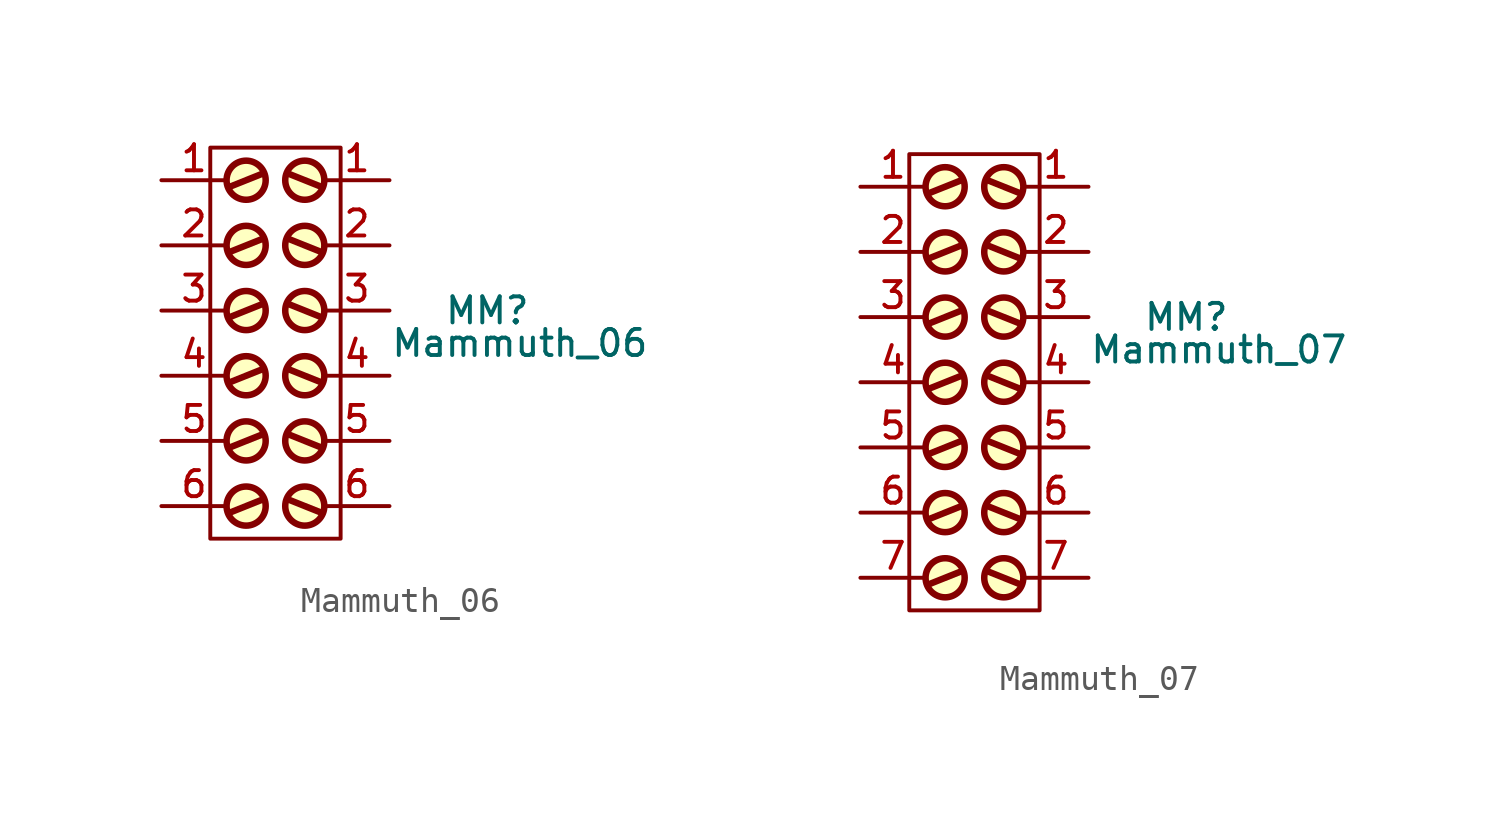
<source format=kicad_sym>
(kicad_symbol_lib
  (version 20211014)
  (generator kicad_symbol_editor)
  (symbol "Mammuth_06"
    (pin_names
      (offset 0.762) hide)
    (property "Reference" "MM"
      (at 8.89 6.35 0)
      (effects (font (size 1.016 1.016))))
    (property "Value" "Mammuth_06"
      (at 10.16 5.08 0)
      (effects (font (size 1.016 1.016))))
    (property "Footprint" ""
      (at 1.27 7.62 0)
      (effects (font (size 1.524 1.524))))
    (property "Datasheet" ""
      (at 1.27 7.62 0)
      (effects (font (size 1.524 1.524))))
    (symbol "Mammuth_06_0_1"
      (circle (center -0.508 -1.27) (radius 0.762) (stroke (width 0.254) (type default) (color 0 0 0 0)) (fill (type background)))
      (circle (center -0.508 1.27) (radius 0.762) (stroke (width 0.254) (type default) (color 0 0 0 0)) (fill (type background)))
      (circle (center -0.508 3.81) (radius 0.762) (stroke (width 0.254) (type default) (color 0 0 0 0)) (fill (type background)))
      (circle (center -0.508 6.35) (radius 0.762) (stroke (width 0.254) (type default) (color 0 0 0 0)) (fill (type background)))
      (circle (center -0.508 8.89) (radius 0.762) (stroke (width 0.254) (type default) (color 0 0 0 0)) (fill (type background)))
      (circle (center -0.508 11.43) (radius 0.762) (stroke (width 0.254) (type default) (color 0 0 0 0)) (fill (type background)))
      (polyline (pts (xy 0.127 -1.016) (xy -1.143 -1.524)) (stroke (width 0.254) (type default) (color 0 0 0 0)) (fill (type none)))
      (polyline (pts (xy 0.127 1.524) (xy -1.143 1.016)) (stroke (width 0.254) (type default) (color 0 0 0 0)) (fill (type none)))
      (polyline (pts (xy 0.127 4.064) (xy -1.143 3.556)) (stroke (width 0.254) (type default) (color 0 0 0 0)) (fill (type none)))
      (polyline (pts (xy 0.127 6.604) (xy -1.143 6.096)) (stroke (width 0.254) (type default) (color 0 0 0 0)) (fill (type none)))
      (polyline (pts (xy 0.127 9.144) (xy -1.143 8.636)) (stroke (width 0.254) (type default) (color 0 0 0 0)) (fill (type none)))
      (polyline (pts (xy 0.127 11.684) (xy -1.143 11.176)) (stroke (width 0.254) (type default) (color 0 0 0 0)) (fill (type none)))
      (polyline (pts (xy 1.143 -1.016) (xy 2.413 -1.524)) (stroke (width 0.254) (type default) (color 0 0 0 0)) (fill (type none)))
      (polyline (pts (xy 1.143 1.524) (xy 2.413 1.016)) (stroke (width 0.254) (type default) (color 0 0 0 0)) (fill (type none)))
      (polyline (pts (xy 1.143 4.064) (xy 2.413 3.556)) (stroke (width 0.254) (type default) (color 0 0 0 0)) (fill (type none)))
      (polyline (pts (xy 1.143 6.604) (xy 2.413 6.096)) (stroke (width 0.254) (type default) (color 0 0 0 0)) (fill (type none)))
      (polyline (pts (xy 1.143 9.144) (xy 2.413 8.636)) (stroke (width 0.254) (type default) (color 0 0 0 0)) (fill (type none)))
      (polyline (pts (xy 1.143 11.684) (xy 2.413 11.176)) (stroke (width 0.254) (type default) (color 0 0 0 0)) (fill (type none)))
      (polyline (pts (xy -1.905 12.7) (xy 3.175 12.7) (xy 3.175 -2.54) (xy -1.905 -2.54) (xy -1.905 12.7)) (stroke (width 0) (type default) (color 0 0 0 0)) (fill (type none)))
      (circle (center 1.778 -1.27) (radius 0.762) (stroke (width 0.254) (type default) (color 0 0 0 0)) (fill (type background)))
      (circle (center 1.778 1.27) (radius 0.762) (stroke (width 0.254) (type default) (color 0 0 0 0)) (fill (type background)))
      (circle (center 1.778 3.81) (radius 0.762) (stroke (width 0.254) (type default) (color 0 0 0 0)) (fill (type background)))
      (circle (center 1.778 6.35) (radius 0.762) (stroke (width 0.254) (type default) (color 0 0 0 0)) (fill (type background)))
      (circle (center 1.778 8.89) (radius 0.762) (stroke (width 0.254) (type default) (color 0 0 0 0)) (fill (type background)))
      (circle (center 1.778 11.43) (radius 0.762) (stroke (width 0.254) (type default) (color 0 0 0 0)) (fill (type background)))
      (pin passive line (at 5.08 11.43 180) (length 2.54) (name "1" (effects (font (size 1.016 1.016)))) (number "1" (effects (font (size 1.016 1.016)))))
      (pin passive line (at 5.08 8.89 180) (length 2.54) (name "2" (effects (font (size 1.016 1.016)))) (number "2" (effects (font (size 1.016 1.016)))))
      (pin passive line (at 5.08 6.35 180) (length 2.54) (name "3" (effects (font (size 1.016 1.016)))) (number "3" (effects (font (size 1.016 1.016)))))
      (pin passive line (at 5.08 3.81 180) (length 2.54) (name "4" (effects (font (size 1.016 1.016)))) (number "4" (effects (font (size 1.016 1.016)))))
      (pin passive line (at 5.08 1.27 180) (length 2.54) (name "5" (effects (font (size 1.016 1.016)))) (number "5" (effects (font (size 1.016 1.016)))))
      (pin passive line (at 5.08 -1.27 180) (length 2.54) (name "6" (effects (font (size 1.016 1.016)))) (number "6" (effects (font (size 1.016 1.016))))))
    (symbol "Mammuth_06_1_1"
      (pin passive line (at -3.81 11.43 0) (length 2.54) (name "1" (effects (font (size 1.016 1.016)))) (number "1" (effects (font (size 1.016 1.016)))))
      (pin passive line (at -3.81 8.89 0) (length 2.54) (name "2" (effects (font (size 1.016 1.016)))) (number "2" (effects (font (size 1.016 1.016)))))
      (pin passive line (at -3.81 6.35 0) (length 2.54) (name "3" (effects (font (size 1.016 1.016)))) (number "3" (effects (font (size 1.016 1.016)))))
      (pin passive line (at -3.81 3.81 0) (length 2.54) (name "4" (effects (font (size 1.016 1.016)))) (number "4" (effects (font (size 1.016 1.016)))))
      (pin passive line (at -3.81 1.27 0) (length 2.54) (name "5" (effects (font (size 1.016 1.016)))) (number "5" (effects (font (size 1.016 1.016)))))
      (pin passive line (at -3.81 -1.27 0) (length 2.54) (name "6" (effects (font (size 1.016 1.016)))) (number "6" (effects (font (size 1.016 1.016)))))))
  (symbol "Mammuth_07"
    (pin_names
      (offset 0.762) hide)
    (property "Reference" "MM"
      (at 8.89 6.35 0)
      (effects (font (size 1.016 1.016))))
    (property "Value" "Mammuth_07"
      (at 10.16 5.08 0)
      (effects (font (size 1.016 1.016))))
    (property "Footprint" ""
      (at 1.27 7.62 0)
      (effects (font (size 1.524 1.524))))
    (property "Datasheet" ""
      (at 1.27 7.62 0)
      (effects (font (size 1.524 1.524))))
    (symbol "Mammuth_07_0_1"
      (circle (center -0.508 -3.81) (radius 0.762) (stroke (width 0.254) (type default) (color 0 0 0 0)) (fill (type background)))
      (circle (center -0.508 -1.27) (radius 0.762) (stroke (width 0.254) (type default) (color 0 0 0 0)) (fill (type background)))
      (circle (center -0.508 1.27) (radius 0.762) (stroke (width 0.254) (type default) (color 0 0 0 0)) (fill (type background)))
      (circle (center -0.508 3.81) (radius 0.762) (stroke (width 0.254) (type default) (color 0 0 0 0)) (fill (type background)))
      (circle (center -0.508 6.35) (radius 0.762) (stroke (width 0.254) (type default) (color 0 0 0 0)) (fill (type background)))
      (circle (center -0.508 8.89) (radius 0.762) (stroke (width 0.254) (type default) (color 0 0 0 0)) (fill (type background)))
      (circle (center -0.508 11.43) (radius 0.762) (stroke (width 0.254) (type default) (color 0 0 0 0)) (fill (type background)))
      (polyline (pts (xy 0.127 -3.556) (xy -1.143 -4.064)) (stroke (width 0.254) (type default) (color 0 0 0 0)) (fill (type none)))
      (polyline (pts (xy 0.127 -1.016) (xy -1.143 -1.524)) (stroke (width 0.254) (type default) (color 0 0 0 0)) (fill (type none)))
      (polyline (pts (xy 0.127 1.524) (xy -1.143 1.016)) (stroke (width 0.254) (type default) (color 0 0 0 0)) (fill (type none)))
      (polyline (pts (xy 0.127 4.064) (xy -1.143 3.556)) (stroke (width 0.254) (type default) (color 0 0 0 0)) (fill (type none)))
      (polyline (pts (xy 0.127 6.604) (xy -1.143 6.096)) (stroke (width 0.254) (type default) (color 0 0 0 0)) (fill (type none)))
      (polyline (pts (xy 0.127 9.144) (xy -1.143 8.636)) (stroke (width 0.254) (type default) (color 0 0 0 0)) (fill (type none)))
      (polyline (pts (xy 0.127 11.684) (xy -1.143 11.176)) (stroke (width 0.254) (type default) (color 0 0 0 0)) (fill (type none)))
      (polyline (pts (xy 1.143 -3.556) (xy 2.413 -4.064)) (stroke (width 0.254) (type default) (color 0 0 0 0)) (fill (type none)))
      (polyline (pts (xy 1.143 -1.016) (xy 2.413 -1.524)) (stroke (width 0.254) (type default) (color 0 0 0 0)) (fill (type none)))
      (polyline (pts (xy 1.143 1.524) (xy 2.413 1.016)) (stroke (width 0.254) (type default) (color 0 0 0 0)) (fill (type none)))
      (polyline (pts (xy 1.143 4.064) (xy 2.413 3.556)) (stroke (width 0.254) (type default) (color 0 0 0 0)) (fill (type none)))
      (polyline (pts (xy 1.143 6.604) (xy 2.413 6.096)) (stroke (width 0.254) (type default) (color 0 0 0 0)) (fill (type none)))
      (polyline (pts (xy 1.143 9.144) (xy 2.413 8.636)) (stroke (width 0.254) (type default) (color 0 0 0 0)) (fill (type none)))
      (polyline (pts (xy 1.143 11.684) (xy 2.413 11.176)) (stroke (width 0.254) (type default) (color 0 0 0 0)) (fill (type none)))
      (polyline (pts (xy -1.905 12.7) (xy 3.175 12.7) (xy 3.175 -5.08) (xy -1.905 -5.08) (xy -1.905 12.7)) (stroke (width 0) (type default) (color 0 0 0 0)) (fill (type none)))
      (circle (center 1.778 -3.81) (radius 0.762) (stroke (width 0.254) (type default) (color 0 0 0 0)) (fill (type background)))
      (circle (center 1.778 -1.27) (radius 0.762) (stroke (width 0.254) (type default) (color 0 0 0 0)) (fill (type background)))
      (circle (center 1.778 1.27) (radius 0.762) (stroke (width 0.254) (type default) (color 0 0 0 0)) (fill (type background)))
      (circle (center 1.778 3.81) (radius 0.762) (stroke (width 0.254) (type default) (color 0 0 0 0)) (fill (type background)))
      (circle (center 1.778 6.35) (radius 0.762) (stroke (width 0.254) (type default) (color 0 0 0 0)) (fill (type background)))
      (circle (center 1.778 8.89) (radius 0.762) (stroke (width 0.254) (type default) (color 0 0 0 0)) (fill (type background)))
      (circle (center 1.778 11.43) (radius 0.762) (stroke (width 0.254) (type default) (color 0 0 0 0)) (fill (type background)))
      (pin passive line (at 5.08 11.43 180) (length 2.54) (name "1" (effects (font (size 1.016 1.016)))) (number "1" (effects (font (size 1.016 1.016)))))
      (pin passive line (at 5.08 8.89 180) (length 2.54) (name "2" (effects (font (size 1.016 1.016)))) (number "2" (effects (font (size 1.016 1.016)))))
      (pin passive line (at 5.08 6.35 180) (length 2.54) (name "3" (effects (font (size 1.016 1.016)))) (number "3" (effects (font (size 1.016 1.016)))))
      (pin passive line (at 5.08 3.81 180) (length 2.54) (name "4" (effects (font (size 1.016 1.016)))) (number "4" (effects (font (size 1.016 1.016)))))
      (pin passive line (at 5.08 1.27 180) (length 2.54) (name "5" (effects (font (size 1.016 1.016)))) (number "5" (effects (font (size 1.016 1.016)))))
      (pin passive line (at 5.08 -1.27 180) (length 2.54) (name "6" (effects (font (size 1.016 1.016)))) (number "6" (effects (font (size 1.016 1.016)))))
      (pin passive line (at 5.08 -3.81 180) (length 2.54) (name "7" (effects (font (size 1.016 1.016)))) (number "7" (effects (font (size 1.016 1.016))))))
    (symbol "Mammuth_07_1_1"
      (pin passive line (at -3.81 11.43 0) (length 2.54) (name "1" (effects (font (size 1.016 1.016)))) (number "1" (effects (font (size 1.016 1.016)))))
      (pin passive line (at -3.81 8.89 0) (length 2.54) (name "2" (effects (font (size 1.016 1.016)))) (number "2" (effects (font (size 1.016 1.016)))))
      (pin passive line (at -3.81 6.35 0) (length 2.54) (name "3" (effects (font (size 1.016 1.016)))) (number "3" (effects (font (size 1.016 1.016)))))
      (pin passive line (at -3.81 3.81 0) (length 2.54) (name "4" (effects (font (size 1.016 1.016)))) (number "4" (effects (font (size 1.016 1.016)))))
      (pin passive line (at -3.81 1.27 0) (length 2.54) (name "5" (effects (font (size 1.016 1.016)))) (number "5" (effects (font (size 1.016 1.016)))))
      (pin passive line (at -3.81 -1.27 0) (length 2.54) (name "6" (effects (font (size 1.016 1.016)))) (number "6" (effects (font (size 1.016 1.016)))))
      (pin passive line (at -3.81 -3.81 0) (length 2.54) (name "7" (effects (font (size 1.016 1.016)))) (number "7" (effects (font (size 1.016 1.016))))))))
</source>
